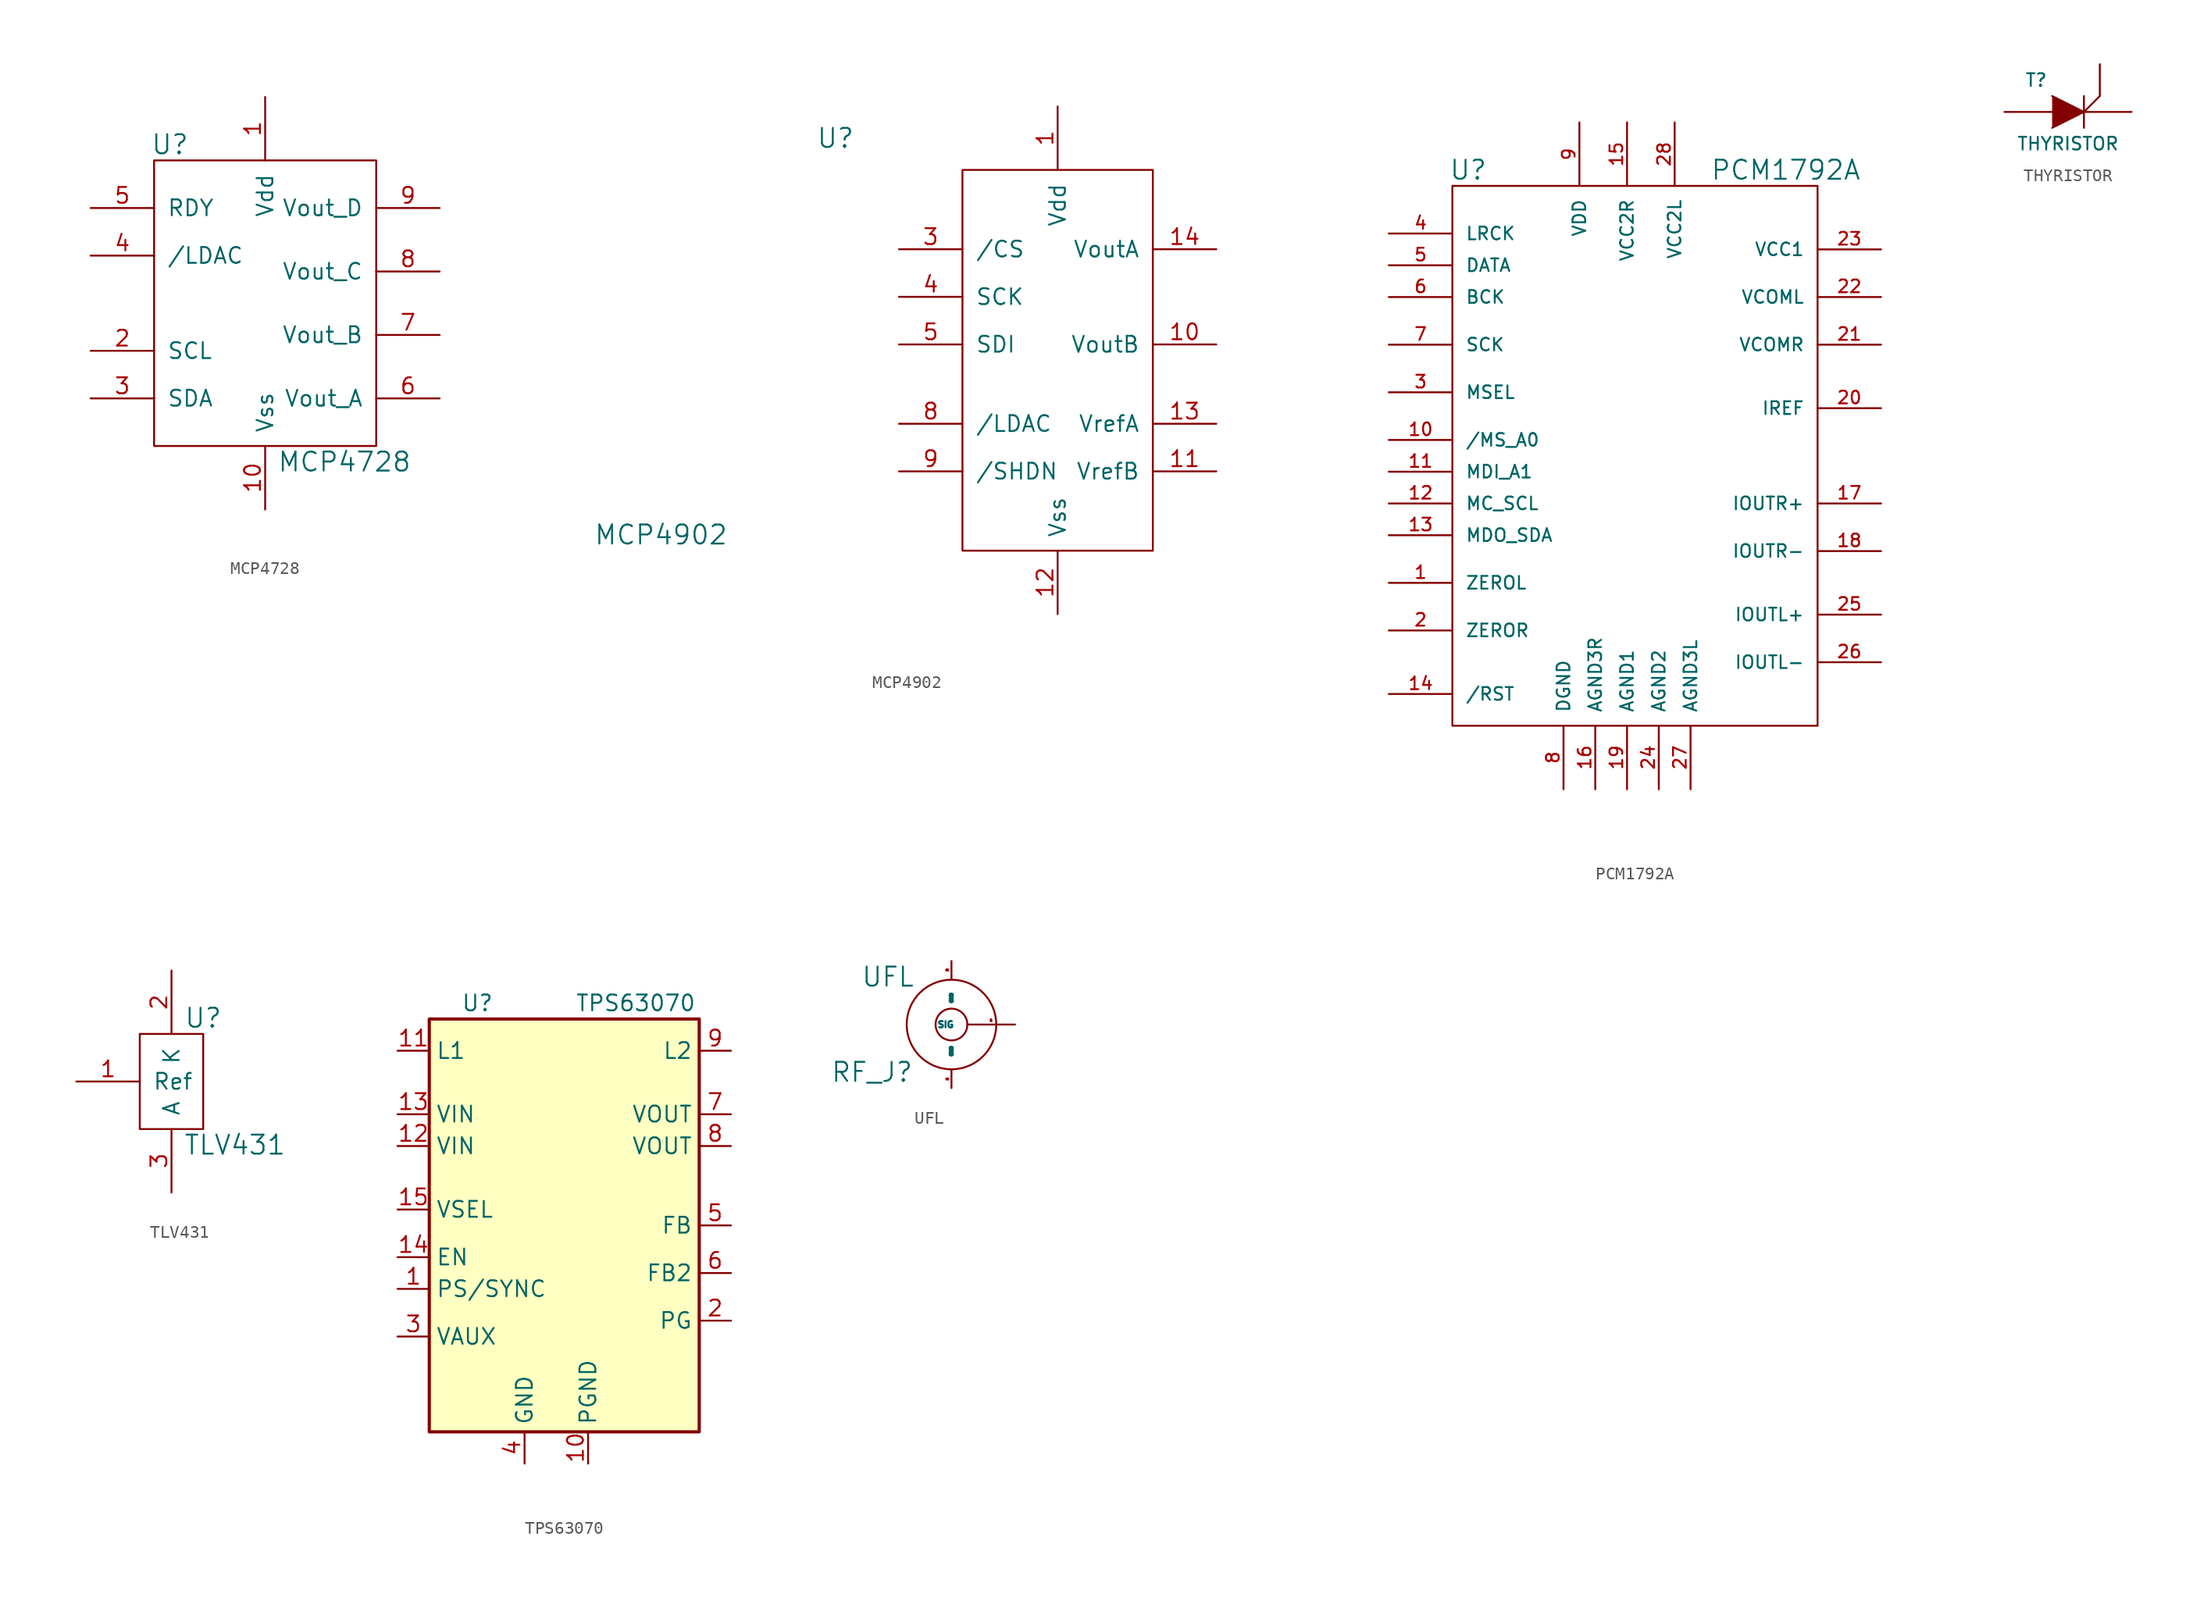
<source format=kicad_sym>
(kicad_symbol_lib
  (version 20211014)
  (generator kicad_symbol_editor)
  (symbol "MCP4728"
    (pin_names
      (offset 1.016))
    (property "Reference" "U"
      (at -7.62 12.7 0)
      (effects (font (size 1.524 1.524))))
    (property "Value" "MCP4728"
      (at 6.35 -12.7 0)
      (effects (font (size 1.524 1.524))))
    (property "Footprint" ""
      (at 0 0 0)
      (effects (font (size 1.524 1.524))))
    (property "Datasheet" ""
      (at 0 0 0)
      (effects (font (size 1.524 1.524))))
    (symbol "MCP4728_0_1"
      (rectangle (start 8.89 11.43) (end -8.89 -11.43) (stroke (width 0) (type default) (color 0 0 0 0)) (fill (type none))))
    (symbol "MCP4728_1_1"
      (pin power_in line (at 0 16.51 270) (length 5.08) (name "Vdd" (effects (font (size 1.27 1.27)))) (number "1" (effects (font (size 1.27 1.27)))))
      (pin power_in line (at 0 -16.51 90) (length 5.08) (name "Vss" (effects (font (size 1.27 1.27)))) (number "10" (effects (font (size 1.27 1.27)))))
      (pin input line (at -13.97 -3.81 0) (length 5.08) (name "SCL" (effects (font (size 1.27 1.27)))) (number "2" (effects (font (size 1.27 1.27)))))
      (pin bidirectional line (at -13.97 -7.62 0) (length 5.08) (name "SDA" (effects (font (size 1.27 1.27)))) (number "3" (effects (font (size 1.27 1.27)))))
      (pin input line (at -13.97 3.81 0) (length 5.08) (name "/LDAC" (effects (font (size 1.27 1.27)))) (number "4" (effects (font (size 1.27 1.27)))))
      (pin open_collector line (at -13.97 7.62 0) (length 5.08) (name "RDY" (effects (font (size 1.27 1.27)))) (number "5" (effects (font (size 1.27 1.27)))))
      (pin output line (at 13.97 -7.62 180) (length 5.08) (name "Vout_A" (effects (font (size 1.27 1.27)))) (number "6" (effects (font (size 1.27 1.27)))))
      (pin output line (at 13.97 -2.54 180) (length 5.08) (name "Vout_B" (effects (font (size 1.27 1.27)))) (number "7" (effects (font (size 1.27 1.27)))))
      (pin output line (at 13.97 2.54 180) (length 5.08) (name "Vout_C" (effects (font (size 1.27 1.27)))) (number "8" (effects (font (size 1.27 1.27)))))
      (pin output line (at 13.97 7.62 180) (length 5.08) (name "Vout_D" (effects (font (size 1.27 1.27)))) (number "9" (effects (font (size 1.27 1.27)))))))
  (symbol "MCP4902"
    (pin_names
      (offset 1.016))
    (property "Reference" "U"
      (at -17.78 22.86 0)
      (effects (font (size 1.524 1.524))))
    (property "Value" "MCP4902"
      (at -31.75 -8.89 0)
      (effects (font (size 1.524 1.524))))
    (property "Footprint" ""
      (at 0 0 0)
      (effects (font (size 1.524 1.524))))
    (property "Datasheet" ""
      (at 0 0 0)
      (effects (font (size 1.524 1.524))))
    (symbol "MCP4902_0_1"
      (rectangle (start -7.62 -10.16) (end 7.62 20.32) (stroke (width 0) (type default) (color 0 0 0 0)) (fill (type none))))
    (symbol "MCP4902_1_1"
      (pin power_in line (at 0 25.4 270) (length 5.08) (name "Vdd" (effects (font (size 1.27 1.27)))) (number "1" (effects (font (size 1.27 1.27)))))
      (pin output line (at 12.7 6.35 180) (length 5.08) (name "VoutB" (effects (font (size 1.27 1.27)))) (number "10" (effects (font (size 1.27 1.27)))))
      (pin input line (at 12.7 -3.81 180) (length 5.08) (name "VrefB" (effects (font (size 1.27 1.27)))) (number "11" (effects (font (size 1.27 1.27)))))
      (pin power_out line (at 0 -15.24 90) (length 5.08) (name "Vss" (effects (font (size 1.27 1.27)))) (number "12" (effects (font (size 1.27 1.27)))))
      (pin input line (at 12.7 0 180) (length 5.08) (name "VrefA" (effects (font (size 1.27 1.27)))) (number "13" (effects (font (size 1.27 1.27)))))
      (pin output line (at 12.7 13.97 180) (length 5.08) (name "VoutA" (effects (font (size 1.27 1.27)))) (number "14" (effects (font (size 1.27 1.27)))))
      (pin no_connect line (at 5.08 -15.24 90) (length 5.08) hide (name "NC" (effects (font (size 1.27 1.27)))) (number "2" (effects (font (size 1.27 1.27)))))
      (pin input line (at -12.7 13.97 0) (length 5.08) (name "/CS" (effects (font (size 1.27 1.27)))) (number "3" (effects (font (size 1.27 1.27)))))
      (pin input line (at -12.7 10.16 0) (length 5.08) (name "SCK" (effects (font (size 1.27 1.27)))) (number "4" (effects (font (size 1.27 1.27)))))
      (pin input line (at -12.7 6.35 0) (length 5.08) (name "SDI" (effects (font (size 1.27 1.27)))) (number "5" (effects (font (size 1.27 1.27)))))
      (pin no_connect line (at 2.54 -15.24 90) (length 5.08) hide (name "NC" (effects (font (size 1.27 1.27)))) (number "6" (effects (font (size 1.27 1.27)))))
      (pin no_connect line (at -3.81 -15.24 90) (length 5.08) hide (name "NC" (effects (font (size 1.27 1.27)))) (number "7" (effects (font (size 1.27 1.27)))))
      (pin input line (at -12.7 0 0) (length 5.08) (name "/LDAC" (effects (font (size 1.27 1.27)))) (number "8" (effects (font (size 1.27 1.27)))))
      (pin input line (at -12.7 -3.81 0) (length 5.08) (name "/SHDN" (effects (font (size 1.27 1.27)))) (number "9" (effects (font (size 1.27 1.27)))))))
  (symbol "PCM1792A"
    (pin_names
      (offset 1.016))
    (property "Reference" "U"
      (at 35.56 -1.27 0)
      (effects (font (size 1.524 1.524))))
    (property "Value" "PCM1792A"
      (at 60.96 -1.27 0)
      (effects (font (size 1.524 1.524))))
    (symbol "PCM1792A_0_1"
      (rectangle (start 34.29 -2.54) (end 63.5 -45.72) (stroke (width 0) (type default) (color 0 0 0 0)) (fill (type none))))
    (symbol "PCM1792A_1_1"
      (pin power_out line (at 29.21 -34.29 0) (length 5.08) (name "ZEROL" (effects (font (size 1.016 1.016)))) (number "1" (effects (font (size 1.016 1.016)))))
      (pin power_out line (at 29.21 -22.86 0) (length 5.08) (name "/MS_A0" (effects (font (size 1.016 1.016)))) (number "10" (effects (font (size 1.016 1.016)))))
      (pin power_out line (at 29.21 -25.4 0) (length 5.08) (name "MDI_A1" (effects (font (size 1.016 1.016)))) (number "11" (effects (font (size 1.016 1.016)))))
      (pin power_out line (at 29.21 -27.94 0) (length 5.08) (name "MC_SCL" (effects (font (size 1.016 1.016)))) (number "12" (effects (font (size 1.016 1.016)))))
      (pin power_out line (at 29.21 -30.48 0) (length 5.08) (name "MDO_SDA" (effects (font (size 1.016 1.016)))) (number "13" (effects (font (size 1.016 1.016)))))
      (pin power_out line (at 29.21 -43.18 0) (length 5.08) (name "/RST" (effects (font (size 1.016 1.016)))) (number "14" (effects (font (size 1.016 1.016)))))
      (pin power_out line (at 48.26 2.54 270) (length 5.08) (name "VCC2R" (effects (font (size 1.016 1.016)))) (number "15" (effects (font (size 1.016 1.016)))))
      (pin power_out line (at 45.72 -50.8 90) (length 5.08) (name "AGND3R" (effects (font (size 1.016 1.016)))) (number "16" (effects (font (size 1.016 1.016)))))
      (pin power_out line (at 68.58 -27.94 180) (length 5.08) (name "IOUTR+" (effects (font (size 1.016 1.016)))) (number "17" (effects (font (size 1.016 1.016)))))
      (pin power_out line (at 68.58 -31.75 180) (length 5.08) (name "IOUTR-" (effects (font (size 1.016 1.016)))) (number "18" (effects (font (size 1.016 1.016)))))
      (pin power_out line (at 48.26 -50.8 90) (length 5.08) (name "AGND1" (effects (font (size 1.016 1.016)))) (number "19" (effects (font (size 1.016 1.016)))))
      (pin power_out line (at 29.21 -38.1 0) (length 5.08) (name "ZEROR" (effects (font (size 1.016 1.016)))) (number "2" (effects (font (size 1.016 1.016)))))
      (pin power_out line (at 68.58 -20.32 180) (length 5.08) (name "IREF" (effects (font (size 1.016 1.016)))) (number "20" (effects (font (size 1.016 1.016)))))
      (pin power_out line (at 68.58 -15.24 180) (length 5.08) (name "VCOMR" (effects (font (size 1.016 1.016)))) (number "21" (effects (font (size 1.016 1.016)))))
      (pin power_out line (at 68.58 -11.43 180) (length 5.08) (name "VCOML" (effects (font (size 1.016 1.016)))) (number "22" (effects (font (size 1.016 1.016)))))
      (pin power_out line (at 68.58 -7.62 180) (length 5.08) (name "VCC1" (effects (font (size 1.016 1.016)))) (number "23" (effects (font (size 1.016 1.016)))))
      (pin power_out line (at 50.8 -50.8 90) (length 5.08) (name "AGND2" (effects (font (size 1.016 1.016)))) (number "24" (effects (font (size 1.016 1.016)))))
      (pin power_out line (at 68.58 -36.83 180) (length 5.08) (name "IOUTL+" (effects (font (size 1.016 1.016)))) (number "25" (effects (font (size 1.016 1.016)))))
      (pin power_out line (at 68.58 -40.64 180) (length 5.08) (name "IOUTL-" (effects (font (size 1.016 1.016)))) (number "26" (effects (font (size 1.016 1.016)))))
      (pin power_out line (at 53.34 -50.8 90) (length 5.08) (name "AGND3L" (effects (font (size 1.016 1.016)))) (number "27" (effects (font (size 1.016 1.016)))))
      (pin power_out line (at 52.07 2.54 270) (length 5.08) (name "VCC2L" (effects (font (size 1.016 1.016)))) (number "28" (effects (font (size 1.016 1.016)))))
      (pin power_out line (at 29.21 -19.05 0) (length 5.08) (name "MSEL" (effects (font (size 1.016 1.016)))) (number "3" (effects (font (size 1.016 1.016)))))
      (pin power_out line (at 29.21 -6.35 0) (length 5.08) (name "LRCK" (effects (font (size 1.016 1.016)))) (number "4" (effects (font (size 1.016 1.016)))))
      (pin power_out line (at 29.21 -8.89 0) (length 5.08) (name "DATA" (effects (font (size 1.016 1.016)))) (number "5" (effects (font (size 1.016 1.016)))))
      (pin power_out line (at 29.21 -11.43 0) (length 5.08) (name "BCK" (effects (font (size 1.016 1.016)))) (number "6" (effects (font (size 1.016 1.016)))))
      (pin power_out line (at 29.21 -15.24 0) (length 5.08) (name "SCK" (effects (font (size 1.016 1.016)))) (number "7" (effects (font (size 1.016 1.016)))))
      (pin power_out line (at 43.18 -50.8 90) (length 5.08) (name "DGND" (effects (font (size 1.016 1.016)))) (number "8" (effects (font (size 1.016 1.016)))))
      (pin power_out line (at 44.45 2.54 270) (length 5.08) (name "VDD" (effects (font (size 1.016 1.016)))) (number "9" (effects (font (size 1.016 1.016)))))))
  (symbol "THYRISTOR"
    (pin_numbers hide)
    (pin_names
      (offset 1.016) hide)
    (property "Reference" "T"
      (at -2.54 2.54 0)
      (effects (font (size 1.016 1.016))))
    (property "Value" "THYRISTOR"
      (at 0 -2.54 0)
      (effects (font (size 1.016 1.016))))
    (property "Footprint" ""
      (at 0 0 0)
      (effects (font (size 1.524 1.524))))
    (property "Datasheet" ""
      (at 0 0 0)
      (effects (font (size 1.524 1.524))))
    (symbol "THYRISTOR_0_1"
      (polyline (pts (xy 1.27 1.27) (xy 1.27 -1.27)) (stroke (width 0) (type default) (color 0 0 0 0)) (fill (type none)))
      (polyline (pts (xy -1.27 1.27) (xy 1.27 0) (xy -1.27 -1.27)) (stroke (width 0) (type default) (color 0 0 0 0)) (fill (type outline)))
      (polyline (pts (xy 1.27 0) (xy 2.54 1.27) (xy 2.54 1.27) (xy 2.54 1.27)) (stroke (width 0) (type default) (color 0 0 0 0)) (fill (type none))))
    (symbol "THYRISTOR_1_1"
      (pin passive line (at 5.08 0 180) (length 3.81) (name "K" (effects (font (size 1.016 1.016)))) (number "1" (effects (font (size 1.016 1.016)))))
      (pin passive line (at -5.08 0 0) (length 3.81) (name "A" (effects (font (size 1.016 1.016)))) (number "2" (effects (font (size 1.016 1.016)))))
      (pin passive line (at 2.54 3.81 270) (length 2.54) (name "G" (effects (font (size 1.016 1.016)))) (number "3" (effects (font (size 1.016 1.016)))))))
  (symbol "TLV431"
    (pin_names
      (offset 1.016))
    (property "Reference" "U"
      (at 2.54 -1.27 0)
      (effects (font (size 1.524 1.524))))
    (property "Value" "TLV431"
      (at 5.08 -11.43 0)
      (effects (font (size 1.524 1.524))))
    (property "Footprint" ""
      (at 0 0 0)
      (effects (font (size 1.524 1.524))))
    (property "Datasheet" ""
      (at 0 0 0)
      (effects (font (size 1.524 1.524))))
    (symbol "TLV431_0_1"
      (rectangle (start -2.54 -10.16) (end 2.54 -2.54) (stroke (width 0) (type default) (color 0 0 0 0)) (fill (type none))))
    (symbol "TLV431_1_1"
      (pin input line (at -7.62 -6.35 0) (length 5.08) (name "Ref" (effects (font (size 1.27 1.27)))) (number "1" (effects (font (size 1.27 1.27)))))
      (pin input line (at 0 2.54 270) (length 5.08) (name "K" (effects (font (size 1.27 1.27)))) (number "2" (effects (font (size 1.27 1.27)))))
      (pin input line (at 0 -15.24 90) (length 5.08) (name "A" (effects (font (size 1.27 1.27)))) (number "3" (effects (font (size 1.27 1.27)))))))
  (symbol "TPS63070"
    (property "Reference" "U"
      (at -7.62 17.78 0)
      (effects (font (size 1.27 1.27)) (justify left)))
    (property "Value" "TPS63070"
      (at 6.35 17.78 0)
      (effects (font (size 1.27 1.27))))
    (symbol "TPS63070_0_1"
      (rectangle (start -10.16 16.51) (end 11.43 -16.51) (stroke (width 0.254) (type default) (color 0 0 0 0)) (fill (type background))))
    (symbol "TPS63070_1_1"
      (pin input line (at -12.7 -5.08 0) (length 2.54) (name "PS/SYNC" (effects (font (size 1.27 1.27)))) (number "1" (effects (font (size 1.27 1.27)))))
      (pin power_in line (at 2.54 -19.05 90) (length 2.54) (name "PGND" (effects (font (size 1.27 1.27)))) (number "10" (effects (font (size 1.27 1.27)))))
      (pin input line (at -12.7 13.97 0) (length 2.54) (name "L1" (effects (font (size 1.27 1.27)))) (number "11" (effects (font (size 1.27 1.27)))))
      (pin power_in line (at -12.7 6.35 0) (length 2.54) (name "VIN" (effects (font (size 1.27 1.27)))) (number "12" (effects (font (size 1.27 1.27)))))
      (pin power_in line (at -12.7 8.89 0) (length 2.54) (name "VIN" (effects (font (size 1.27 1.27)))) (number "13" (effects (font (size 1.27 1.27)))))
      (pin input line (at -12.7 -2.54 0) (length 2.54) (name "EN" (effects (font (size 1.27 1.27)))) (number "14" (effects (font (size 1.27 1.27)))))
      (pin passive line (at -12.7 1.27 0) (length 2.54) (name "VSEL" (effects (font (size 1.27 1.27)))) (number "15" (effects (font (size 1.27 1.27)))))
      (pin output line (at 13.97 -7.62 180) (length 2.54) (name "PG" (effects (font (size 1.27 1.27)))) (number "2" (effects (font (size 1.27 1.27)))))
      (pin passive line (at -12.7 -8.89 0) (length 2.54) (name "VAUX" (effects (font (size 1.27 1.27)))) (number "3" (effects (font (size 1.27 1.27)))))
      (pin power_in line (at -2.54 -19.05 90) (length 2.54) (name "GND" (effects (font (size 1.27 1.27)))) (number "4" (effects (font (size 1.27 1.27)))))
      (pin input line (at 13.97 0 180) (length 2.54) (name "FB" (effects (font (size 1.27 1.27)))) (number "5" (effects (font (size 1.27 1.27)))))
      (pin input line (at 13.97 -3.81 180) (length 2.54) (name "FB2" (effects (font (size 1.27 1.27)))) (number "6" (effects (font (size 1.27 1.27)))))
      (pin power_out line (at 13.97 8.89 180) (length 2.54) (name "VOUT" (effects (font (size 1.27 1.27)))) (number "7" (effects (font (size 1.27 1.27)))))
      (pin power_out line (at 13.97 6.35 180) (length 2.54) (name "VOUT" (effects (font (size 1.27 1.27)))) (number "8" (effects (font (size 1.27 1.27)))))
      (pin input line (at 13.97 13.97 180) (length 2.54) (name "L2" (effects (font (size 1.27 1.27)))) (number "9" (effects (font (size 1.27 1.27)))))))
  (symbol "UFL"
    (pin_names
      (offset 1.016))
    (property "Reference" "RF_J"
      (at -6.35 -3.81 0)
      (effects (font (size 1.524 1.524))))
    (property "Value" "UFL"
      (at -5.08 3.81 0)
      (effects (font (size 1.524 1.524))))
    (property "Footprint" ""
      (at 0 0 0)
      (effects (font (size 1.524 1.524))))
    (property "Datasheet" ""
      (at 0 0 0)
      (effects (font (size 1.524 1.524))))
    (symbol "UFL_0_1"
      (circle (center 0 0) (radius 1.27) (stroke (width 0) (type default) (color 0 0 0 0)) (fill (type none)))
      (circle (center 0 0) (radius 3.581) (stroke (width 0) (type default) (color 0 0 0 0)) (fill (type none))))
    (symbol "UFL_1_1"
      (pin bidirectional line (at 5.08 0 180) (length 3.81) (name "SIG" (effects (font (size 0.508 0.508)))) (number "1" (effects (font (size 0.127 0.127)))))
      (pin power_out line (at 0 5.08 270) (length 1.448) (name "GND" (effects (font (size 0.254 0.254)))) (number "2" (effects (font (size 0.127 0.127)))))
      (pin power_out line (at 0 -5.08 90) (length 1.448) (name "GND" (effects (font (size 0.254 0.254)))) (number "3" (effects (font (size 0.127 0.127))))))))
</source>
